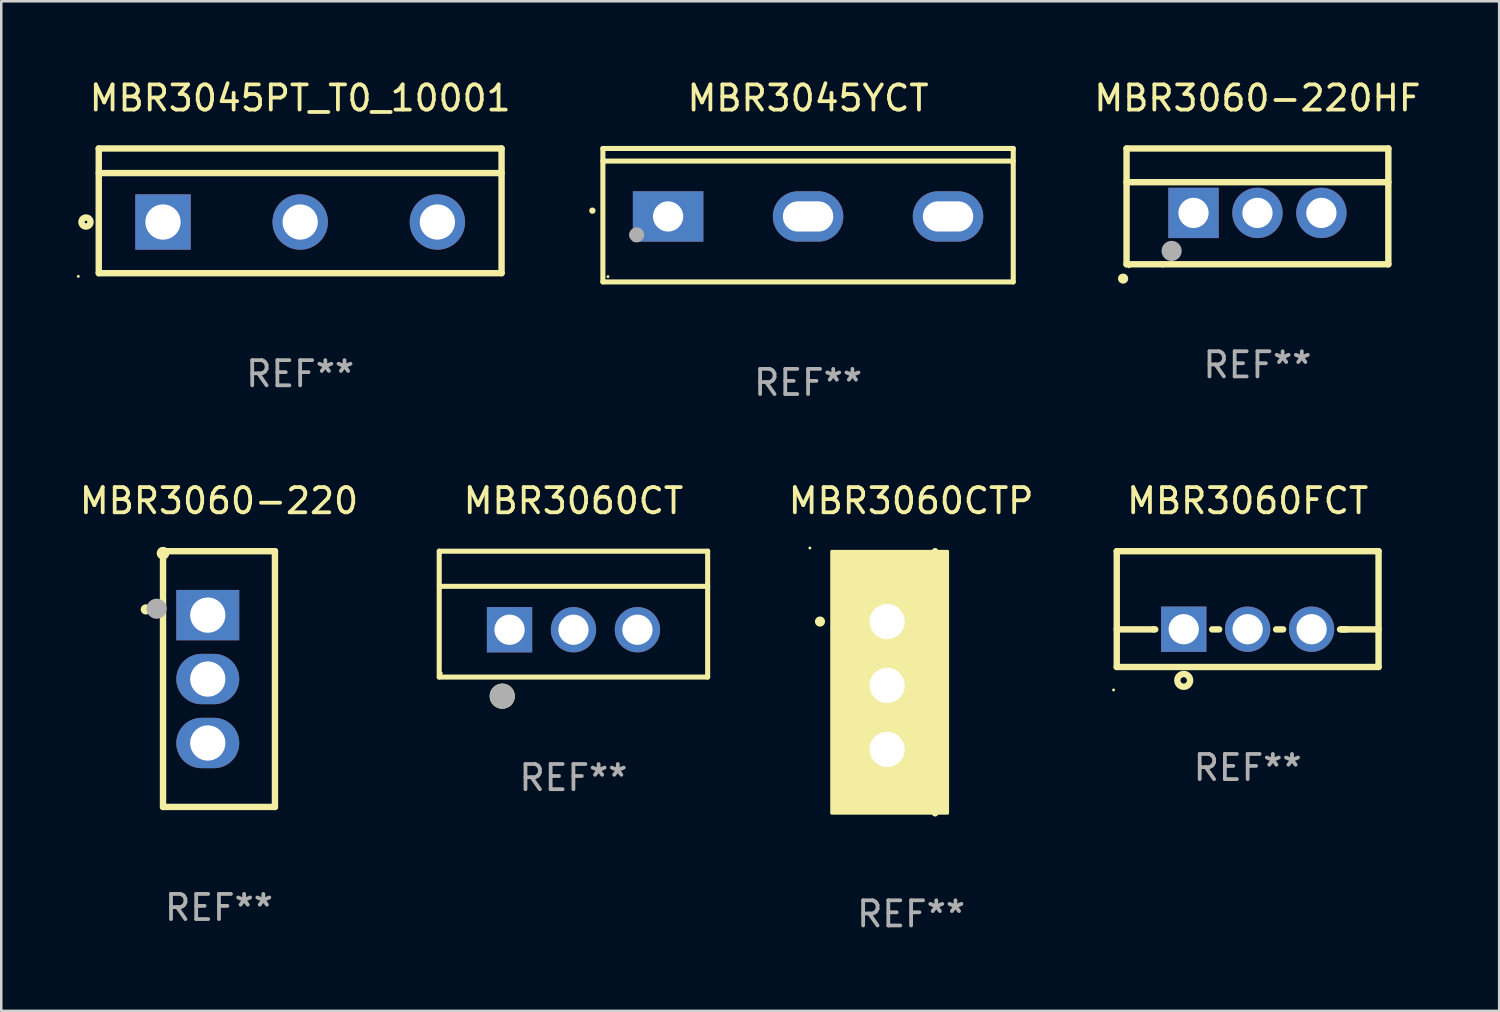
<source format=kicad_pcb>
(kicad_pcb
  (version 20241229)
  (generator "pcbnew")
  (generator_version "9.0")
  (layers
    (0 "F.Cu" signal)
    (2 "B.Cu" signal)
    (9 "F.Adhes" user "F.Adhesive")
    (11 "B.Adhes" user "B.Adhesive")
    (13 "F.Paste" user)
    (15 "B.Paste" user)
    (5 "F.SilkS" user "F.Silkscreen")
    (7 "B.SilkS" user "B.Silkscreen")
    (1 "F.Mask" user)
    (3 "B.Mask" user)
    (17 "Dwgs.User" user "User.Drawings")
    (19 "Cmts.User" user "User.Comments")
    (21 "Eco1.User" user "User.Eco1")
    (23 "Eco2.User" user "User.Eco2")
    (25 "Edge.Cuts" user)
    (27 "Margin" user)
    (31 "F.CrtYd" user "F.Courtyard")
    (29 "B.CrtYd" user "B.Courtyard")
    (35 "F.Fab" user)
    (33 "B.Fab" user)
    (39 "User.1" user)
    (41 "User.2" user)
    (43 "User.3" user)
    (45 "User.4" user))
  (footprint "MBR3060CT"
    (layer "F.Cu")
    (at 19.73 21.346)
    (property "Reference" "MBR3060CT" (at 0 -4.5 0) (layer "F.SilkS") (effects (font (size 1 1) (thickness 0.15))))
    (attr through_hole)
    (fp_line (start -5.332 2.5) (end -5.332 -2.5) (stroke (width 0.201) (type solid)) (layer "F.SilkS"))
    (fp_line (start -5.328 -2.5) (end 5.332 -2.5) (stroke (width 0.201) (type solid)) (layer "F.SilkS"))
    (fp_line (start -5.328 -1.104) (end 5.332 -1.104) (stroke (width 0.201) (type solid)) (layer "F.SilkS"))
    (fp_line (start 5.332 -2.5) (end 5.332 2.5) (stroke (width 0.201) (type solid)) (layer "F.SilkS"))
    (fp_line (start 5.332 2.5) (end -5.332 2.5) (stroke (width 0.201) (type solid)) (layer "F.SilkS"))
    (fp_circle (center -5.248 2.35) (end -5.218 2.35) (stroke (width 0.06) (type solid)) (fill no) (layer "F.SilkS"))
    (fp_circle (center -2.828 3.26) (end -2.578 3.26) (stroke (width 0.5) (type solid)) (fill no) (layer "F.SilkS"))
    (fp_circle (center -2.828 3.26) (end -2.578 3.26) (stroke (width 0.5) (type solid)) (fill no) (layer "F.Fab"))
    (fp_text user "REF**" (at 0 6.5 0) (layer "F.Fab") (effects (font (size 1 1) (thickness 0.15))))
    (pad "1" thru_hole rect (at -2.538 0.62) (size 1.8 1.8) (drill 1.2) (layers "*.Cu" "*.Mask"))
    (pad "2" thru_hole circle (at 0.002 0.62) (size 1.8 1.8) (drill 1.2) (layers "*.Cu" "*.Mask"))
    (pad "3" thru_hole circle (at 2.542 0.62) (size 1.8 1.8) (drill 1.2) (layers "*.Cu" "*.Mask")))
  (footprint "MBR3060-220"
    (layer "F.Cu")
    (at 5.649 23.926)
    (property "Reference" "MBR3060-220" (at 0 -7.08 0) (layer "F.SilkS") (effects (font (size 1 1) (thickness 0.15))))
    (attr through_hole)
    (fp_line (start -2.223 -4.953) (end -2.223 5.08) (stroke (width 0.254) (type solid)) (layer "F.SilkS"))
    (fp_line (start -2.223 5.08) (end 2.223 5.08) (stroke (width 0.254) (type solid)) (layer "F.SilkS"))
    (fp_line (start 2.223 -5.08) (end -2.223 -5.08) (stroke (width 0.254) (type solid)) (layer "F.SilkS"))
    (fp_line (start 2.223 5.08) (end 2.223 -5.08) (stroke (width 0.254) (type solid)) (layer "F.SilkS"))
    (fp_arc (start -2.908306 -2.766066) (mid -2.90831 -2.767336) (end -2.908306 -2.768606) (stroke (width 0.4) (type solid)) (layer "F.SilkS"))
    (fp_circle (center -2.223 -5) (end -2.096 -5) (stroke (width 0.254) (type solid)) (fill no) (layer "F.SilkS"))
    (fp_circle (center -2.477 -2.794) (end -2.277 -2.794) (stroke (width 0.4) (type solid)) (fill no) (layer "F.Fab"))
    (fp_text user "REF**" (at 0 9.08 0) (layer "F.Fab") (effects (font (size 1 1) (thickness 0.15))))
    (pad "1" thru_hole rect (at -0.445 -2.54 270) (size 2 2.5) (drill 1.4) (layers "*.Cu" "*.Mask"))
    (pad "2" thru_hole oval (at -0.445 0 270) (size 2 2.5) (drill 1.4) (layers "*.Cu" "*.Mask"))
    (pad "3" thru_hole oval (at -0.445 2.54 270) (size 2 2.5) (drill 1.4) (layers "*.Cu" "*.Mask")))
  (footprint "MBR3045PT_T0_10001"
    (layer "F.Cu")
    (at 8.874 5.325)
    (property "Reference" "MBR3045PT_T0_10001" (at 0 -4.477 0) (layer "F.SilkS") (effects (font (size 1 1) (thickness 0.15))))
    (attr through_hole)
    (fp_line (start -8.001 -2.477) (end 8.001 -2.477) (stroke (width 0.254) (type solid)) (layer "F.SilkS"))
    (fp_line (start -8.001 2.477) (end -8.001 -2.477) (stroke (width 0.254) (type solid)) (layer "F.SilkS"))
    (fp_line (start -7.999 -1.5) (end 8.001 -1.5) (stroke (width 0.254) (type solid)) (layer "F.SilkS"))
    (fp_line (start 8.001 -2.477) (end 8.001 2.477) (stroke (width 0.254) (type solid)) (layer "F.SilkS"))
    (fp_line (start 8.001 2.477) (end -8.001 2.477) (stroke (width 0.254) (type solid)) (layer "F.SilkS"))
    (fp_circle (center -8.814 2.604) (end -8.784 2.604) (stroke (width 0.06) (type solid)) (fill no) (layer "F.SilkS"))
    (fp_circle (center -8.508 0.445) (end -8.328 0.445) (stroke (width 0.254) (type solid)) (fill no) (layer "F.SilkS"))
    (fp_text user "REF**" (at 0 6.477 0) (layer "F.Fab") (effects (font (size 1 1) (thickness 0.15))))
    (pad "1" thru_hole rect (at -5.449 0.445) (size 2.2 2.2) (drill 1.4) (layers "*.Cu" "*.Mask"))
    (pad "2" thru_hole circle (at 0.001 0.445) (size 2.2 2.2) (drill 1.4) (layers "*.Cu" "*.Mask"))
    (pad "3" thru_hole circle (at 5.451 0.445) (size 2.2 2.2) (drill 1.4) (layers "*.Cu" "*.Mask")))
  (footprint "MBR3045YCT"
    (layer "F.Cu")
    (at 29.051 5.499)
    (property "Reference" "MBR3045YCT" (at 0 -4.65 0) (layer "F.SilkS") (effects (font (size 1 1) (thickness 0.15))))
    (attr through_hole)
    (fp_line (start -8.151 -2.65) (end -8.151 2.65) (stroke (width 0.201) (type solid)) (layer "F.SilkS"))
    (fp_line (start 8.151 -2.65) (end -8.151 -2.65) (stroke (width 0.201) (type solid)) (layer "F.SilkS"))
    (fp_line (start 8.151 -2.15) (end -8.151 -2.15) (stroke (width 0.201) (type solid)) (layer "F.SilkS"))
    (fp_line (start 8.151 2.65) (end -8.151 2.65) (stroke (width 0.201) (type solid)) (layer "F.SilkS"))
    (fp_line (start 8.151 2.65) (end 8.151 -2.65) (stroke (width 0.201) (type solid)) (layer "F.SilkS"))
    (fp_arc (start -8.570003 -0.18048) (mid -8.568733 -0.180486) (end -8.567463 -0.18048) (stroke (width 0.24892) (type solid)) (layer "F.SilkS"))
    (fp_circle (center -7.95 2.44) (end -7.92 2.44) (stroke (width 0.06) (type solid)) (fill no) (layer "F.SilkS"))
    (fp_circle (center -6.81 0.78) (end -6.66 0.78) (stroke (width 0.3) (type solid)) (fill no) (layer "F.Fab"))
    (fp_text user "REF**" (at 0 6.65 0) (layer "F.Fab") (effects (font (size 1 1) (thickness 0.15))))
    (pad "1" thru_hole rect (at -5.56 0.05 90) (size 2 2.8) (drill 1.2) (layers "*.Cu" "*.Mask"))
    (pad "2" thru_hole oval (at 0 0.05 90) (size 2 2.8) (drill oval 1.2 2) (layers "*.Cu" "*.Mask"))
    (pad "3" thru_hole oval (at 5.56 0.05 90) (size 2 2.8) (drill oval 1.2 2) (layers "*.Cu" "*.Mask")))
  (footprint "MBR3060CTP"
    (layer "F.Cu")
    (at 33.144 24.053)
    (property "Reference" "MBR3060CTP" (at 0 -7.207 0) (layer "F.SilkS") (effects (font (size 1 1) (thickness 0.15))))
    (attr through_hole)
    (fp_line (start 0.953 5.207) (end 0.953 -5.207) (stroke (width 0.254) (type solid)) (layer "F.SilkS"))
    (fp_arc (start -3.619507 -2.410465) (mid -3.619511 -2.411735) (end -3.619507 -2.413005) (stroke (width 0.4) (type solid)) (layer "F.SilkS"))
    (fp_circle (center -4.02 -5.334) (end -3.99 -5.334) (stroke (width 0.06) (type solid)) (fill no) (layer "F.SilkS"))
    (fp_poly (pts (xy -3.152 -5.2) (xy 1.448 -5.2) (xy 1.448 5.2) (xy -3.152 5.2)) (stroke (width 0.12) (type solid)) (fill yes) (layer "F.SilkS"))
    (fp_text user "REF**" (at 0 9.207 0) (layer "F.Fab") (effects (font (size 1 1) (thickness 0.15))))
    (pad "1" thru_hole rect (at -0.953 -2.413 270) (size 2 2.5) (drill 1.4) (layers "*.Cu" "*.Mask"))
    (pad "2" thru_hole oval (at -0.953 0.127 270) (size 2 2.5) (drill 1.4) (layers "*.Cu" "*.Mask"))
    (pad "3" thru_hole oval (at -0.953 2.667 270) (size 2 2.5) (drill 1.4) (layers "*.Cu" "*.Mask")))
  (footprint "MBR3060-220HF"
    (layer "F.Cu")
    (at 46.903 5.148)
    (property "Reference" "MBR3060-220HF" (at 0 -4.3 0) (layer "F.SilkS") (effects (font (size 1 1) (thickness 0.15))))
    (attr through_hole)
    (fp_line (start -5.2 -2.3) (end -5.2 2.3) (stroke (width 0.254) (type solid)) (layer "F.SilkS"))
    (fp_line (start -5.2 -0.961) (end 5.2 -0.961) (stroke (width 0.254) (type solid)) (layer "F.SilkS"))
    (fp_line (start -5.2 2.3) (end -3.768 2.3) (stroke (width 0.254) (type solid)) (layer "F.SilkS"))
    (fp_line (start -3.768 2.3) (end 5.2 2.3) (stroke (width 0.254) (type solid)) (layer "F.SilkS"))
    (fp_line (start 5.2 -2.3) (end -5.2 -2.3) (stroke (width 0.254) (type solid)) (layer "F.SilkS"))
    (fp_line (start 5.2 -2.3) (end 5.2 2.3) (stroke (width 0.254) (type solid)) (layer "F.SilkS"))
    (fp_arc (start -5.340005 2.870003) (mid -5.337465 2.869987) (end -5.334925 2.870003) (stroke (width 0.4) (type solid)) (layer "F.SilkS"))
    (fp_circle (center -5.1 2.4) (end -5.07 2.4) (stroke (width 0.06) (type solid)) (fill no) (layer "F.SilkS"))
    (fp_circle (center -3.41 1.77) (end -3.21 1.77) (stroke (width 0.4) (type solid)) (fill no) (layer "F.Fab"))
    (fp_text user "REF**" (at 0 6.3 0) (layer "F.Fab") (effects (font (size 1 1) (thickness 0.15))))
    (pad "1" thru_hole rect (at -2.54 0.26) (size 2 2) (drill 1.2) (layers "*.Cu" "*.Mask"))
    (pad "2" thru_hole circle (at 0 0.26) (size 2 2) (drill 1.2) (layers "*.Cu" "*.Mask"))
    (pad "3" thru_hole circle (at 2.54 0.26) (size 2 2) (drill 1.2) (layers "*.Cu" "*.Mask")))
  (footprint "MBR3060FCT"
    (layer "F.Cu")
    (at 46.514 21.146)
    (property "Reference" "MBR3060FCT" (at 0 -4.3 0) (layer "F.SilkS") (effects (font (size 1 1) (thickness 0.15))))
    (attr through_hole)
    (fp_line (start -5.2 -2.3) (end -5.2 2.3) (stroke (width 0.254) (type solid)) (layer "F.SilkS"))
    (fp_line (start -5.2 -2.3) (end 5.2 -2.3) (stroke (width 0.254) (type solid)) (layer "F.SilkS"))
    (fp_line (start -5.2 0.807) (end -3.731 0.807) (stroke (width 0.254) (type solid)) (layer "F.SilkS"))
    (fp_line (start -5.2 2.3) (end 5.2 2.3) (stroke (width 0.254) (type solid)) (layer "F.SilkS"))
    (fp_line (start -3.731 0.807) (end -3.671 0.807) (stroke (width 0.254) (type solid)) (layer "F.SilkS"))
    (fp_line (start -1.409 0.807) (end -1.131 0.807) (stroke (width 0.254) (type solid)) (layer "F.SilkS"))
    (fp_line (start 1.131 0.807) (end 1.409 0.807) (stroke (width 0.254) (type solid)) (layer "F.SilkS"))
    (fp_line (start 3.671 0.807) (end 3.926 0.807) (stroke (width 0.254) (type solid)) (layer "F.SilkS"))
    (fp_line (start 3.731 0.807) (end 5.2 0.807) (stroke (width 0.254) (type solid)) (layer "F.SilkS"))
    (fp_line (start 5.2 -2.3) (end 5.2 2.3) (stroke (width 0.254) (type solid)) (layer "F.SilkS"))
    (fp_circle (center -5.327 3.213) (end -5.297 3.213) (stroke (width 0.06) (type solid)) (fill no) (layer "F.SilkS"))
    (fp_circle (center -2.54 2.832) (end -2.286 2.832) (stroke (width 0.254) (type solid)) (fill no) (layer "F.SilkS"))
    (fp_text user "REF**" (at 0 6.3 0) (layer "F.Fab") (effects (font (size 1 1) (thickness 0.15))))
    (pad "1" thru_hole rect (at -2.54 0.8) (size 1.8 1.8) (drill 1.2) (layers "*.Cu" "*.Mask"))
    (pad "2" thru_hole circle (at 0 0.8) (size 1.8 1.8) (drill 1.2) (layers "*.Cu" "*.Mask"))
    (pad "3" thru_hole circle (at 2.54 0.8) (size 1.8 1.8) (drill 1.2) (layers "*.Cu" "*.Mask")))
  (gr_rect
    (start -3 -3)
    (end 56.505 37.108)
    (stroke (width 0.1) (type default))
    (fill no)
    (layer "Edge.Cuts")))
</source>
